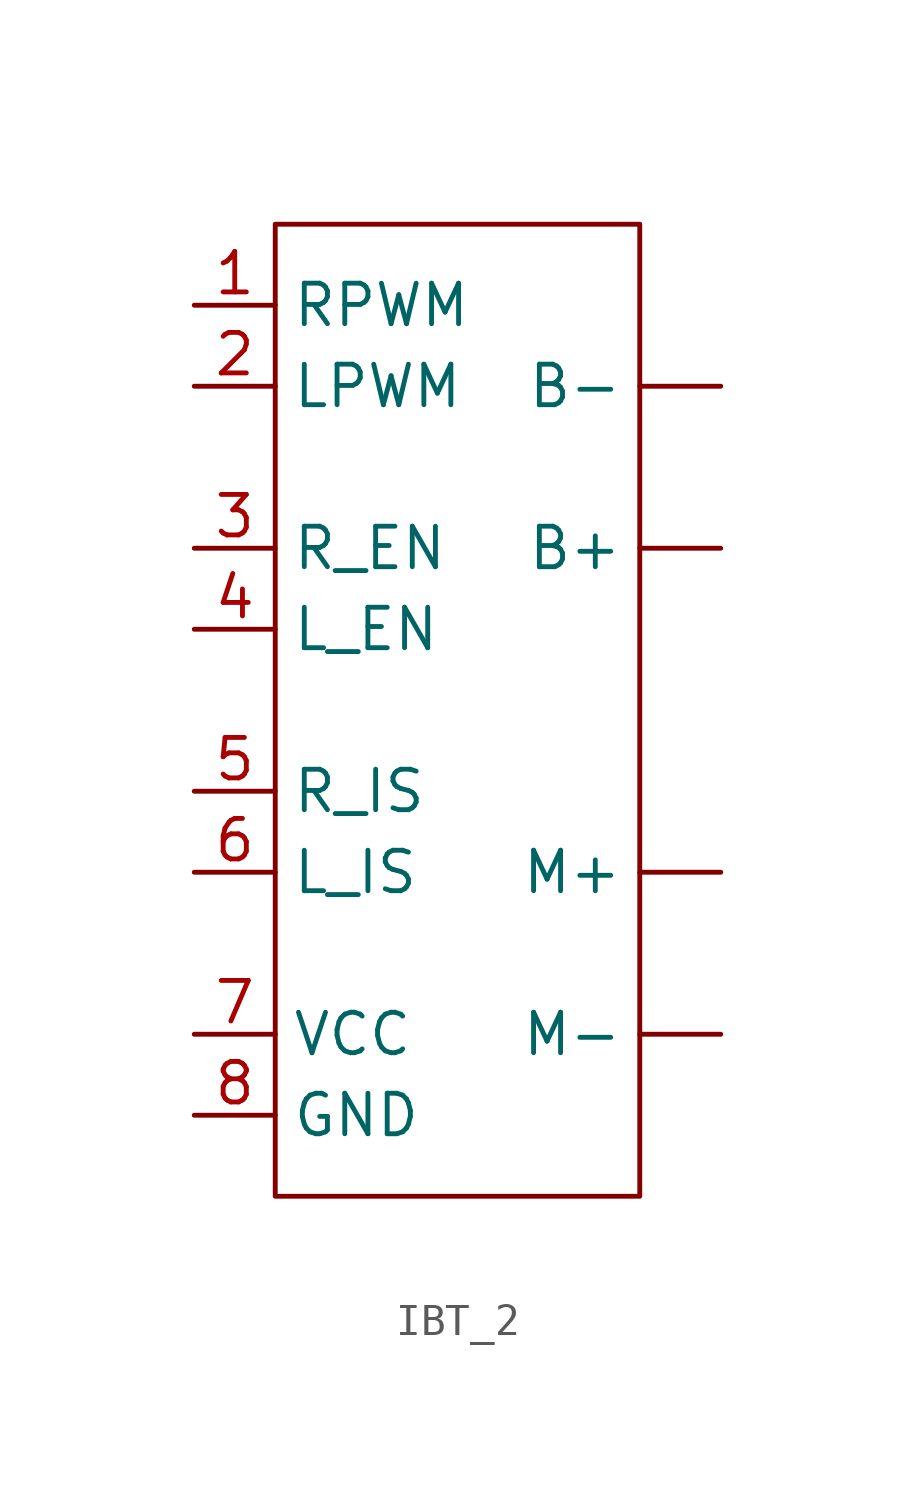
<source format=kicad_sym>
(kicad_symbol_lib
  (version 20241209)
  (generator "kicad_symbol_editor")
  (generator_version "9.0")
  (symbol "IBT_2"
    (property "Reference" "U"
      (at 0 0 0)
      (effects (font (size 1.27 1.27)) (hide yes)))
    (property "Value" ""
      (at 1.27 0 0)
      (effects (font (size 1.27 1.27))))
    (symbol "IBT_2_0_1"
      (rectangle (start -6.35 15.24) (end 5.08 -15.24) (stroke (width 0) (type default)) (fill (type none))))
    (symbol "IBT_2_1_1"
      (pin input line (at -8.89 12.7 0) (length 2.54) (name "RPWM" (effects (font (size 1.27 1.27)))) (number "1" (effects (font (size 1.27 1.27)))))
      (pin input line (at -8.89 10.16 0) (length 2.54) (name "LPWM" (effects (font (size 1.27 1.27)))) (number "2" (effects (font (size 1.27 1.27)))))
      (pin input line (at -8.89 5.08 0) (length 2.54) (name "R_EN" (effects (font (size 1.27 1.27)))) (number "3" (effects (font (size 1.27 1.27)))))
      (pin input line (at -8.89 2.54 0) (length 2.54) (name "L_EN" (effects (font (size 1.27 1.27)))) (number "4" (effects (font (size 1.27 1.27)))))
      (pin input line (at -8.89 -2.54 0) (length 2.54) (name "R_IS" (effects (font (size 1.27 1.27)))) (number "5" (effects (font (size 1.27 1.27)))))
      (pin input line (at -8.89 -5.08 0) (length 2.54) (name "L_IS" (effects (font (size 1.27 1.27)))) (number "6" (effects (font (size 1.27 1.27)))))
      (pin input line (at -8.89 -10.16 0) (length 2.54) (name "VCC" (effects (font (size 1.27 1.27)))) (number "7" (effects (font (size 1.27 1.27)))))
      (pin input line (at -8.89 -12.7 0) (length 2.54) (name "GND" (effects (font (size 1.27 1.27)))) (number "8" (effects (font (size 1.27 1.27)))))
      (pin input line (at 7.62 10.16 180) (length 2.54) (name "B-" (effects (font (size 1.27 1.27)))) (number "" (effects (font (size 1.27 1.27)))))
      (pin input line (at 7.62 5.08 180) (length 2.54) (name "B+" (effects (font (size 1.27 1.27)))) (number "" (effects (font (size 1.27 1.27)))))
      (pin output line (at 7.62 -5.08 180) (length 2.54) (name "M+" (effects (font (size 1.27 1.27)))) (number "" (effects (font (size 1.27 1.27)))))
      (pin output line (at 7.62 -10.16 180) (length 2.54) (name "M-" (effects (font (size 1.27 1.27)))) (number "" (effects (font (size 1.27 1.27))))))))
</source>
